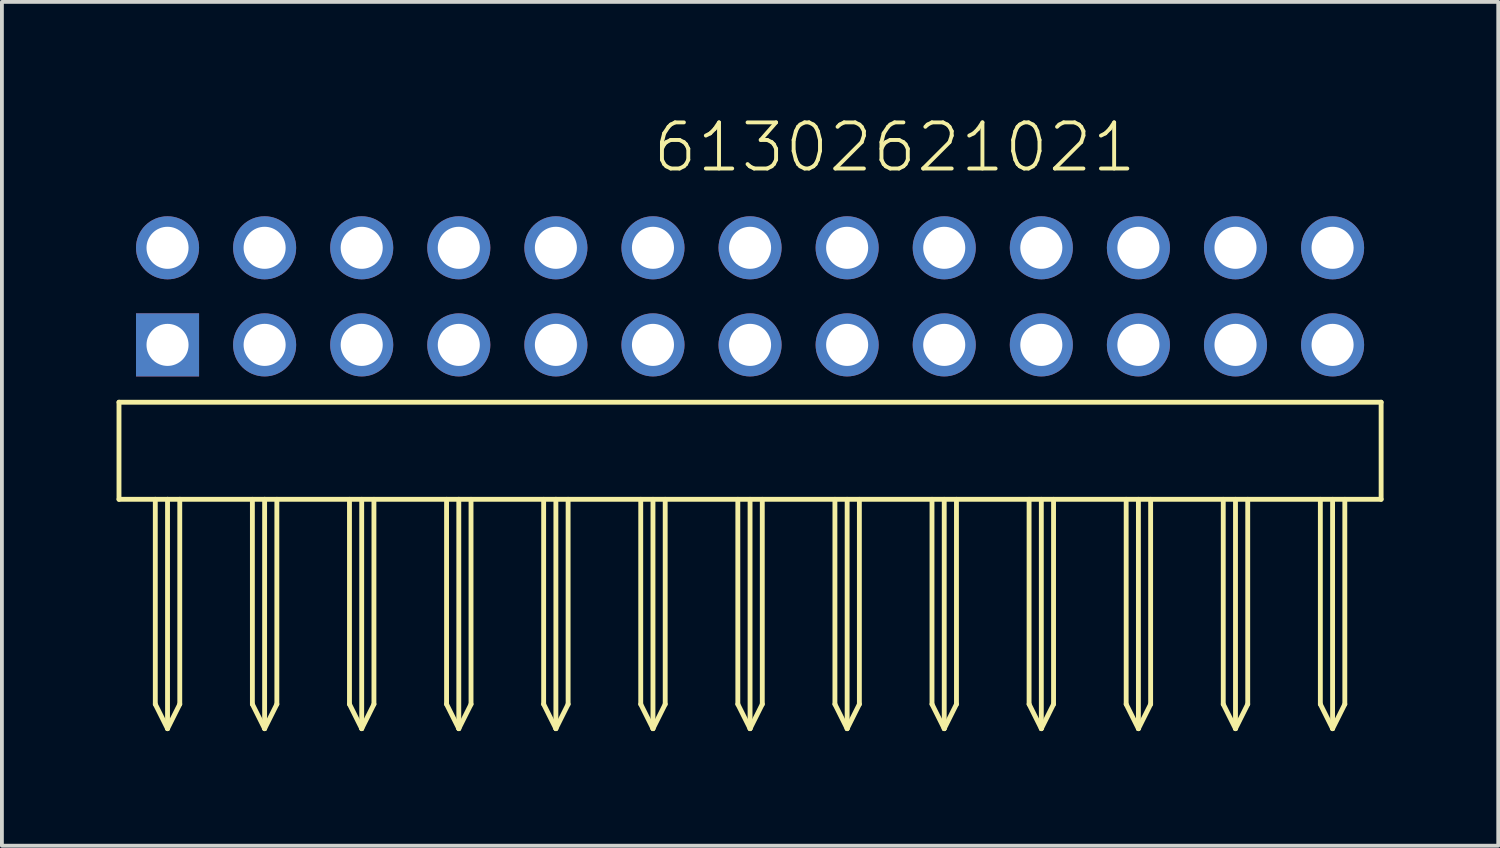
<source format=kicad_pcb>
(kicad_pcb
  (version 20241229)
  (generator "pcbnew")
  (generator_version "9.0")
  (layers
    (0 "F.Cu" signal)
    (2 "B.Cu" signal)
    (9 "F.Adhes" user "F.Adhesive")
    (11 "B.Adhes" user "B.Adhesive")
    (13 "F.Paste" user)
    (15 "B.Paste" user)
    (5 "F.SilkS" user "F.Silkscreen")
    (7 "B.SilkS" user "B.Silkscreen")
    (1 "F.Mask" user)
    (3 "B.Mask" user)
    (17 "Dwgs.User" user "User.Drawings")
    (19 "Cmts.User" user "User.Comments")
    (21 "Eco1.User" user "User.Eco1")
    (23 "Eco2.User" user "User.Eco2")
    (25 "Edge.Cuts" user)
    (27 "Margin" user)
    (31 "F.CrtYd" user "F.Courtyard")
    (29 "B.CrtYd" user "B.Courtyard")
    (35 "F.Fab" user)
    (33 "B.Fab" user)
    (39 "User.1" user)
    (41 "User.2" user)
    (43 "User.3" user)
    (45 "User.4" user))
  (footprint "61302621021"
    (layer "F.Cu")
    (at 16.573 5.973)
    (property "Reference" "61302621021" (at -2.602 -4.462 0) (layer "F.SilkS") (effects (font (size 1.206 1.206) (thickness 0.102)) (justify left bottom)))
    (attr through_hole)
    (fp_line (start -16.51 1.5) (end -16.51 4.04) (stroke (width 0.127) (type solid)) (layer "F.SilkS"))
    (fp_line (start -16.51 4.04) (end -15.56 4.04) (stroke (width 0.127) (type solid)) (layer "F.SilkS"))
    (fp_line (start -15.56 4.04) (end -15.56 9.4) (stroke (width 0.127) (type solid)) (layer "F.SilkS"))
    (fp_line (start -15.56 4.04) (end -15.24 4.04) (stroke (width 0.127) (type solid)) (layer "F.SilkS"))
    (fp_line (start -15.56 9.4) (end -15.24 10.04) (stroke (width 0.127) (type solid)) (layer "F.SilkS"))
    (fp_line (start -15.24 4.04) (end -15.24 10.04) (stroke (width 0.127) (type solid)) (layer "F.SilkS"))
    (fp_line (start -15.24 4.04) (end -14.92 4.04) (stroke (width 0.127) (type solid)) (layer "F.SilkS"))
    (fp_line (start -15.24 10.04) (end -14.92 9.4) (stroke (width 0.127) (type solid)) (layer "F.SilkS"))
    (fp_line (start -14.92 4.04) (end -14.92 9.4) (stroke (width 0.127) (type solid)) (layer "F.SilkS"))
    (fp_line (start -14.92 4.04) (end -12.7 4.04) (stroke (width 0.127) (type solid)) (layer "F.SilkS"))
    (fp_line (start -13.02 4.04) (end -13.02 9.4) (stroke (width 0.127) (type solid)) (layer "F.SilkS"))
    (fp_line (start -13.02 9.4) (end -12.7 10.04) (stroke (width 0.127) (type solid)) (layer "F.SilkS"))
    (fp_line (start -12.7 4.04) (end -12.7 10.04) (stroke (width 0.127) (type solid)) (layer "F.SilkS"))
    (fp_line (start -12.7 4.04) (end -7.62 4.04) (stroke (width 0.127) (type solid)) (layer "F.SilkS"))
    (fp_line (start -12.7 10.04) (end -12.38 9.4) (stroke (width 0.127) (type solid)) (layer "F.SilkS"))
    (fp_line (start -12.38 4.04) (end -12.38 9.4) (stroke (width 0.127) (type solid)) (layer "F.SilkS"))
    (fp_line (start -10.48 4.04) (end -10.48 9.4) (stroke (width 0.127) (type solid)) (layer "F.SilkS"))
    (fp_line (start -10.48 9.4) (end -10.16 10.04) (stroke (width 0.127) (type solid)) (layer "F.SilkS"))
    (fp_line (start -10.16 4.04) (end -10.16 10.04) (stroke (width 0.127) (type solid)) (layer "F.SilkS"))
    (fp_line (start -10.16 10.04) (end -9.84 9.4) (stroke (width 0.127) (type solid)) (layer "F.SilkS"))
    (fp_line (start -9.84 4.04) (end -9.84 9.4) (stroke (width 0.127) (type solid)) (layer "F.SilkS"))
    (fp_line (start -7.94 4.04) (end -7.94 9.4) (stroke (width 0.127) (type solid)) (layer "F.SilkS"))
    (fp_line (start -7.94 9.4) (end -7.62 10.04) (stroke (width 0.127) (type solid)) (layer "F.SilkS"))
    (fp_line (start -7.62 4.04) (end -7.62 10.04) (stroke (width 0.127) (type solid)) (layer "F.SilkS"))
    (fp_line (start -7.62 4.04) (end -5.08 4.04) (stroke (width 0.127) (type solid)) (layer "F.SilkS"))
    (fp_line (start -7.62 10.04) (end -7.3 9.4) (stroke (width 0.127) (type solid)) (layer "F.SilkS"))
    (fp_line (start -7.3 4.04) (end -7.3 9.4) (stroke (width 0.127) (type solid)) (layer "F.SilkS"))
    (fp_line (start -5.4 4.04) (end -5.4 9.4) (stroke (width 0.127) (type solid)) (layer "F.SilkS"))
    (fp_line (start -5.4 9.4) (end -5.08 10.04) (stroke (width 0.127) (type solid)) (layer "F.SilkS"))
    (fp_line (start -5.08 4.04) (end -5.08 10.04) (stroke (width 0.127) (type solid)) (layer "F.SilkS"))
    (fp_line (start -5.08 4.04) (end 16.51 4.04) (stroke (width 0.127) (type solid)) (layer "F.SilkS"))
    (fp_line (start -5.08 10.04) (end -4.76 9.4) (stroke (width 0.127) (type solid)) (layer "F.SilkS"))
    (fp_line (start -4.76 4.04) (end -4.76 9.4) (stroke (width 0.127) (type solid)) (layer "F.SilkS"))
    (fp_line (start -2.86 4.04) (end -2.86 9.4) (stroke (width 0.127) (type solid)) (layer "F.SilkS"))
    (fp_line (start -2.86 9.4) (end -2.54 10.04) (stroke (width 0.127) (type solid)) (layer "F.SilkS"))
    (fp_line (start -2.54 4.04) (end -2.54 10.04) (stroke (width 0.127) (type solid)) (layer "F.SilkS"))
    (fp_line (start -2.54 10.04) (end -2.22 9.4) (stroke (width 0.127) (type solid)) (layer "F.SilkS"))
    (fp_line (start -2.22 4.04) (end -2.22 9.4) (stroke (width 0.127) (type solid)) (layer "F.SilkS"))
    (fp_line (start -0.32 4.04) (end -0.32 9.4) (stroke (width 0.127) (type solid)) (layer "F.SilkS"))
    (fp_line (start -0.32 9.4) (end 0 10.04) (stroke (width 0.127) (type solid)) (layer "F.SilkS"))
    (fp_line (start 0 4.04) (end 0 10.04) (stroke (width 0.127) (type solid)) (layer "F.SilkS"))
    (fp_line (start 0 10.04) (end 0.32 9.4) (stroke (width 0.127) (type solid)) (layer "F.SilkS"))
    (fp_line (start 0.32 4.04) (end 0.32 9.4) (stroke (width 0.127) (type solid)) (layer "F.SilkS"))
    (fp_line (start 2.22 4.04) (end 2.22 9.4) (stroke (width 0.127) (type solid)) (layer "F.SilkS"))
    (fp_line (start 2.22 9.4) (end 2.54 10.04) (stroke (width 0.127) (type solid)) (layer "F.SilkS"))
    (fp_line (start 2.54 4.04) (end 2.54 10.04) (stroke (width 0.127) (type solid)) (layer "F.SilkS"))
    (fp_line (start 2.54 10.04) (end 2.86 9.4) (stroke (width 0.127) (type solid)) (layer "F.SilkS"))
    (fp_line (start 2.86 4.04) (end 2.86 9.4) (stroke (width 0.127) (type solid)) (layer "F.SilkS"))
    (fp_line (start 4.76 4.04) (end 4.76 9.4) (stroke (width 0.127) (type solid)) (layer "F.SilkS"))
    (fp_line (start 4.76 9.4) (end 5.08 10.04) (stroke (width 0.127) (type solid)) (layer "F.SilkS"))
    (fp_line (start 5.08 4.04) (end 5.08 10.04) (stroke (width 0.127) (type solid)) (layer "F.SilkS"))
    (fp_line (start 5.08 10.04) (end 5.4 9.4) (stroke (width 0.127) (type solid)) (layer "F.SilkS"))
    (fp_line (start 5.4 4.04) (end 5.4 9.4) (stroke (width 0.127) (type solid)) (layer "F.SilkS"))
    (fp_line (start 7.3 4.04) (end 7.3 9.4) (stroke (width 0.127) (type solid)) (layer "F.SilkS"))
    (fp_line (start 7.3 9.4) (end 7.62 10.04) (stroke (width 0.127) (type solid)) (layer "F.SilkS"))
    (fp_line (start 7.62 4.04) (end 7.62 10.04) (stroke (width 0.127) (type solid)) (layer "F.SilkS"))
    (fp_line (start 7.62 10.04) (end 7.94 9.4) (stroke (width 0.127) (type solid)) (layer "F.SilkS"))
    (fp_line (start 7.94 4.04) (end 7.94 9.4) (stroke (width 0.127) (type solid)) (layer "F.SilkS"))
    (fp_line (start 9.84 4.04) (end 9.84 9.4) (stroke (width 0.127) (type solid)) (layer "F.SilkS"))
    (fp_line (start 9.84 9.4) (end 10.16 10.04) (stroke (width 0.127) (type solid)) (layer "F.SilkS"))
    (fp_line (start 10.16 4.04) (end 10.16 10.04) (stroke (width 0.127) (type solid)) (layer "F.SilkS"))
    (fp_line (start 10.16 10.04) (end 10.48 9.4) (stroke (width 0.127) (type solid)) (layer "F.SilkS"))
    (fp_line (start 10.48 4.04) (end 10.48 9.4) (stroke (width 0.127) (type solid)) (layer "F.SilkS"))
    (fp_line (start 12.38 4.04) (end 12.38 9.4) (stroke (width 0.127) (type solid)) (layer "F.SilkS"))
    (fp_line (start 12.38 9.4) (end 12.7 10.04) (stroke (width 0.127) (type solid)) (layer "F.SilkS"))
    (fp_line (start 12.7 4.04) (end 12.7 10.04) (stroke (width 0.127) (type solid)) (layer "F.SilkS"))
    (fp_line (start 12.7 10.04) (end 13.02 9.4) (stroke (width 0.127) (type solid)) (layer "F.SilkS"))
    (fp_line (start 13.02 4.04) (end 13.02 9.4) (stroke (width 0.127) (type solid)) (layer "F.SilkS"))
    (fp_line (start 14.92 4.04) (end 14.92 9.4) (stroke (width 0.127) (type solid)) (layer "F.SilkS"))
    (fp_line (start 14.92 9.4) (end 15.24 10.04) (stroke (width 0.127) (type solid)) (layer "F.SilkS"))
    (fp_line (start 15.24 4.04) (end 15.24 10.04) (stroke (width 0.127) (type solid)) (layer "F.SilkS"))
    (fp_line (start 15.24 10.04) (end 15.56 9.4) (stroke (width 0.127) (type solid)) (layer "F.SilkS"))
    (fp_line (start 15.56 4.04) (end 15.56 9.4) (stroke (width 0.127) (type solid)) (layer "F.SilkS"))
    (fp_line (start 16.51 1.5) (end -16.51 1.5) (stroke (width 0.127) (type solid)) (layer "F.SilkS"))
    (fp_line (start 16.51 4.04) (end 16.51 1.5) (stroke (width 0.127) (type solid)) (layer "F.SilkS"))
    (pad "1" thru_hole rect (at -15.24 0 180) (size 1.65 1.65) (drill 1.1) (layers "*.Cu" "*.Mask"))
    (pad "2" thru_hole circle (at -12.7 0 180) (size 1.65 1.65) (drill 1.1) (layers "*.Cu" "*.Mask"))
    (pad "3" thru_hole circle (at -10.16 0 180) (size 1.65 1.65) (drill 1.1) (layers "*.Cu" "*.Mask"))
    (pad "4" thru_hole circle (at -7.62 0 180) (size 1.65 1.65) (drill 1.1) (layers "*.Cu" "*.Mask"))
    (pad "5" thru_hole circle (at -5.08 0 180) (size 1.65 1.65) (drill 1.1) (layers "*.Cu" "*.Mask"))
    (pad "6" thru_hole circle (at -2.54 0 180) (size 1.65 1.65) (drill 1.1) (layers "*.Cu" "*.Mask"))
    (pad "7" thru_hole circle (at 0 0 180) (size 1.65 1.65) (drill 1.1) (layers "*.Cu" "*.Mask"))
    (pad "8" thru_hole circle (at 2.54 0 180) (size 1.65 1.65) (drill 1.1) (layers "*.Cu" "*.Mask"))
    (pad "9" thru_hole circle (at 5.08 0 180) (size 1.65 1.65) (drill 1.1) (layers "*.Cu" "*.Mask"))
    (pad "10" thru_hole circle (at 7.62 0 180) (size 1.65 1.65) (drill 1.1) (layers "*.Cu" "*.Mask"))
    (pad "11" thru_hole circle (at 10.16 0 180) (size 1.65 1.65) (drill 1.1) (layers "*.Cu" "*.Mask"))
    (pad "12" thru_hole circle (at 12.7 0 180) (size 1.65 1.65) (drill 1.1) (layers "*.Cu" "*.Mask"))
    (pad "13" thru_hole circle (at 15.24 0 180) (size 1.65 1.65) (drill 1.1) (layers "*.Cu" "*.Mask"))
    (pad "14" thru_hole circle (at 15.24 -2.54 180) (size 1.65 1.65) (drill 1.1) (layers "*.Cu" "*.Mask"))
    (pad "15" thru_hole circle (at 12.7 -2.54 180) (size 1.65 1.65) (drill 1.1) (layers "*.Cu" "*.Mask"))
    (pad "16" thru_hole circle (at 10.16 -2.54 180) (size 1.65 1.65) (drill 1.1) (layers "*.Cu" "*.Mask"))
    (pad "17" thru_hole circle (at 7.62 -2.54) (size 1.65 1.65) (drill 1.1) (layers "*.Cu" "*.Mask"))
    (pad "18" thru_hole circle (at 5.08 -2.54) (size 1.65 1.65) (drill 1.1) (layers "*.Cu" "*.Mask"))
    (pad "19" thru_hole circle (at 2.54 -2.54) (size 1.65 1.65) (drill 1.1) (layers "*.Cu" "*.Mask"))
    (pad "20" thru_hole circle (at 0 -2.54) (size 1.65 1.65) (drill 1.1) (layers "*.Cu" "*.Mask"))
    (pad "21" thru_hole circle (at -2.54 -2.54) (size 1.65 1.65) (drill 1.1) (layers "*.Cu" "*.Mask"))
    (pad "22" thru_hole circle (at -5.08 -2.54) (size 1.65 1.65) (drill 1.1) (layers "*.Cu" "*.Mask"))
    (pad "23" thru_hole circle (at -7.62 -2.54) (size 1.65 1.65) (drill 1.1) (layers "*.Cu" "*.Mask"))
    (pad "24" thru_hole circle (at -10.16 -2.54) (size 1.65 1.65) (drill 1.1) (layers "*.Cu" "*.Mask"))
    (pad "25" thru_hole circle (at -12.7 -2.54) (size 1.65 1.65) (drill 1.1) (layers "*.Cu" "*.Mask"))
    (pad "26" thru_hole circle (at -15.24 -2.54) (size 1.65 1.65) (drill 1.1) (layers "*.Cu" "*.Mask")))
  (gr_rect
    (start -3 -3)
    (end 36.147 19.076)
    (stroke (width 0.1) (type default))
    (fill no)
    (layer "Edge.Cuts")))
</source>
